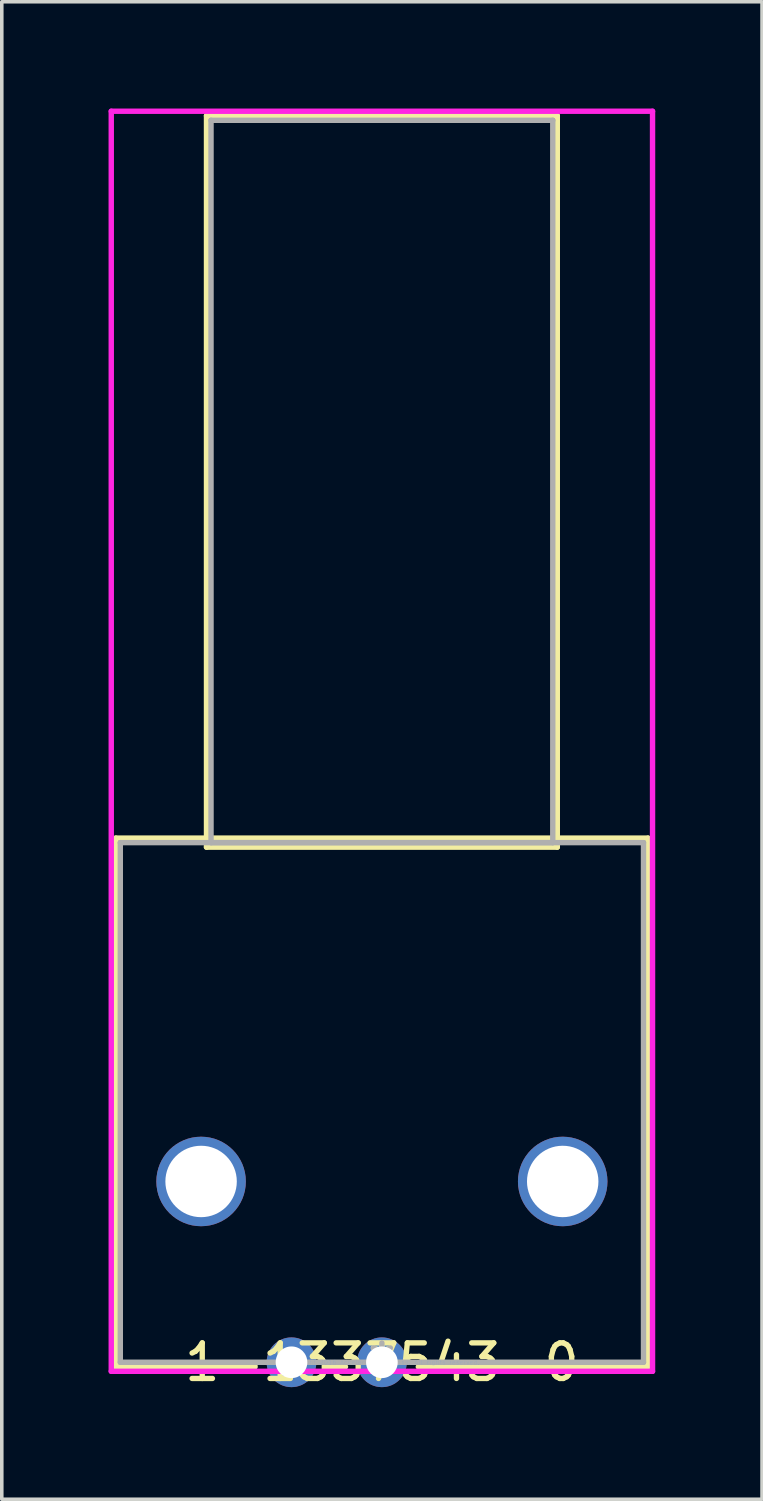
<source format=kicad_pcb>
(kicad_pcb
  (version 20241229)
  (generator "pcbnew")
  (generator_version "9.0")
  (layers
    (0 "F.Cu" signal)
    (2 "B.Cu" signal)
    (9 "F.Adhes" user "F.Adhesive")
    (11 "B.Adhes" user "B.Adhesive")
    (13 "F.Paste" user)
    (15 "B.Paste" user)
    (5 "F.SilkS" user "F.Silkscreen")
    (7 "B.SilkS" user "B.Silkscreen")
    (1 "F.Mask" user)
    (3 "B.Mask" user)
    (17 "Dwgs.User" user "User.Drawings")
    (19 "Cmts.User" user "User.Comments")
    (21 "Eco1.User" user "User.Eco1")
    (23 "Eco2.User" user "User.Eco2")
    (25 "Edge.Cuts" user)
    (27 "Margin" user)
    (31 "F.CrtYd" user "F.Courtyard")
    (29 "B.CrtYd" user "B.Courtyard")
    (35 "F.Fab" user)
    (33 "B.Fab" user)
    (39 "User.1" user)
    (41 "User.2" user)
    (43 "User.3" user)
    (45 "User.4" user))
  (footprint "1-1337543-0"
    (layer "F.Cu")
    (at 7.68 35.225)
    (property "Reference" "1-1337543-0" (at 0 0 0) (layer "F.SilkS") (effects (font (size 1 1) (thickness 0.15))))
    (attr through_hole)
    (fp_line (start -7.477 -14.727) (end -7.477 0.127) (stroke (width 0.152) (type solid)) (layer "F.SilkS"))
    (fp_line (start -7.477 0.127) (end -3.563 0.127) (stroke (width 0.152) (type solid)) (layer "F.SilkS"))
    (fp_line (start -4.928 -35.022) (end -4.928 -14.473) (stroke (width 0.152) (type solid)) (layer "F.SilkS"))
    (fp_line (start -4.928 -14.473) (end 4.928 -14.473) (stroke (width 0.152) (type solid)) (layer "F.SilkS"))
    (fp_line (start -1.517 0.127) (end -1.023 0.127) (stroke (width 0.152) (type solid)) (layer "F.SilkS"))
    (fp_line (start 1.023 0.127) (end 7.477 0.127) (stroke (width 0.152) (type solid)) (layer "F.SilkS"))
    (fp_line (start 4.928 -35.022) (end -4.928 -35.022) (stroke (width 0.152) (type solid)) (layer "F.SilkS"))
    (fp_line (start 4.928 -14.473) (end 4.928 -35.022) (stroke (width 0.152) (type solid)) (layer "F.SilkS"))
    (fp_line (start 7.477 -14.727) (end -7.477 -14.727) (stroke (width 0.152) (type solid)) (layer "F.SilkS"))
    (fp_line (start 7.477 0.127) (end 7.477 -14.727) (stroke (width 0.152) (type solid)) (layer "F.SilkS"))
    (fp_line (start -7.604 -35.149) (end -7.604 0.254) (stroke (width 0.152) (type solid)) (layer "F.CrtYd"))
    (fp_line (start -7.604 0.254) (end 7.604 0.254) (stroke (width 0.152) (type solid)) (layer "F.CrtYd"))
    (fp_line (start 7.604 -35.149) (end -7.604 -35.149) (stroke (width 0.152) (type solid)) (layer "F.CrtYd"))
    (fp_line (start 7.604 0.254) (end 7.604 -35.149) (stroke (width 0.152) (type solid)) (layer "F.CrtYd"))
    (fp_line (start -7.35 -14.6) (end -7.35 0) (stroke (width 0.152) (type solid)) (layer "F.Fab"))
    (fp_line (start -7.35 0) (end 7.35 0) (stroke (width 0.152) (type solid)) (layer "F.Fab"))
    (fp_line (start -4.801 -34.895) (end -4.801 -14.6) (stroke (width 0.152) (type solid)) (layer "F.Fab"))
    (fp_line (start -4.801 -14.6) (end 4.801 -14.6) (stroke (width 0.152) (type solid)) (layer "F.Fab"))
    (fp_line (start 4.801 -34.895) (end -4.801 -34.895) (stroke (width 0.152) (type solid)) (layer "F.Fab"))
    (fp_line (start 4.801 -14.6) (end 4.801 -34.895) (stroke (width 0.152) (type solid)) (layer "F.Fab"))
    (fp_line (start 7.35 -14.6) (end -7.35 -14.6) (stroke (width 0.152) (type solid)) (layer "F.Fab"))
    (fp_line (start 7.35 0) (end 7.35 -14.6) (stroke (width 0.152) (type solid)) (layer "F.Fab"))
    (fp_text user "*" (at 0 0 0) (layer "F.SilkS") (effects (font (size 1 1) (thickness 0.15))))
    (fp_text user "Copyright 2016 Accelerated Designs. All rights reserved." (at 0 0 0) (layer "Cmts.User") (effects (font (size 0.127 0.127) (thickness 0.002))))
    (fp_text user "*" (at 0 0 0) (layer "F.Fab") (effects (font (size 1 1) (thickness 0.15))))
    (pad "1" thru_hole circle (at 0 0) (size 1.397 1.397) (drill 0.889) (layers "*.Cu" "*.Mask"))
    (pad "2" thru_hole circle (at -2.54 0) (size 1.397 1.397) (drill 0.889) (layers "*.Cu" "*.Mask"))
    (pad "3" thru_hole circle (at -5.08 -5.08) (size 2.515 2.515) (drill 2.007) (layers "*.Cu" "*.Mask"))
    (pad "4" thru_hole circle (at 5.08 -5.08) (size 2.515 2.515) (drill 2.007) (layers "*.Cu" "*.Mask")))
  (gr_rect
    (start -3 -3)
    (end 18.36 39.073)
    (stroke (width 0.1) (type default))
    (fill no)
    (layer "Edge.Cuts")))
</source>
